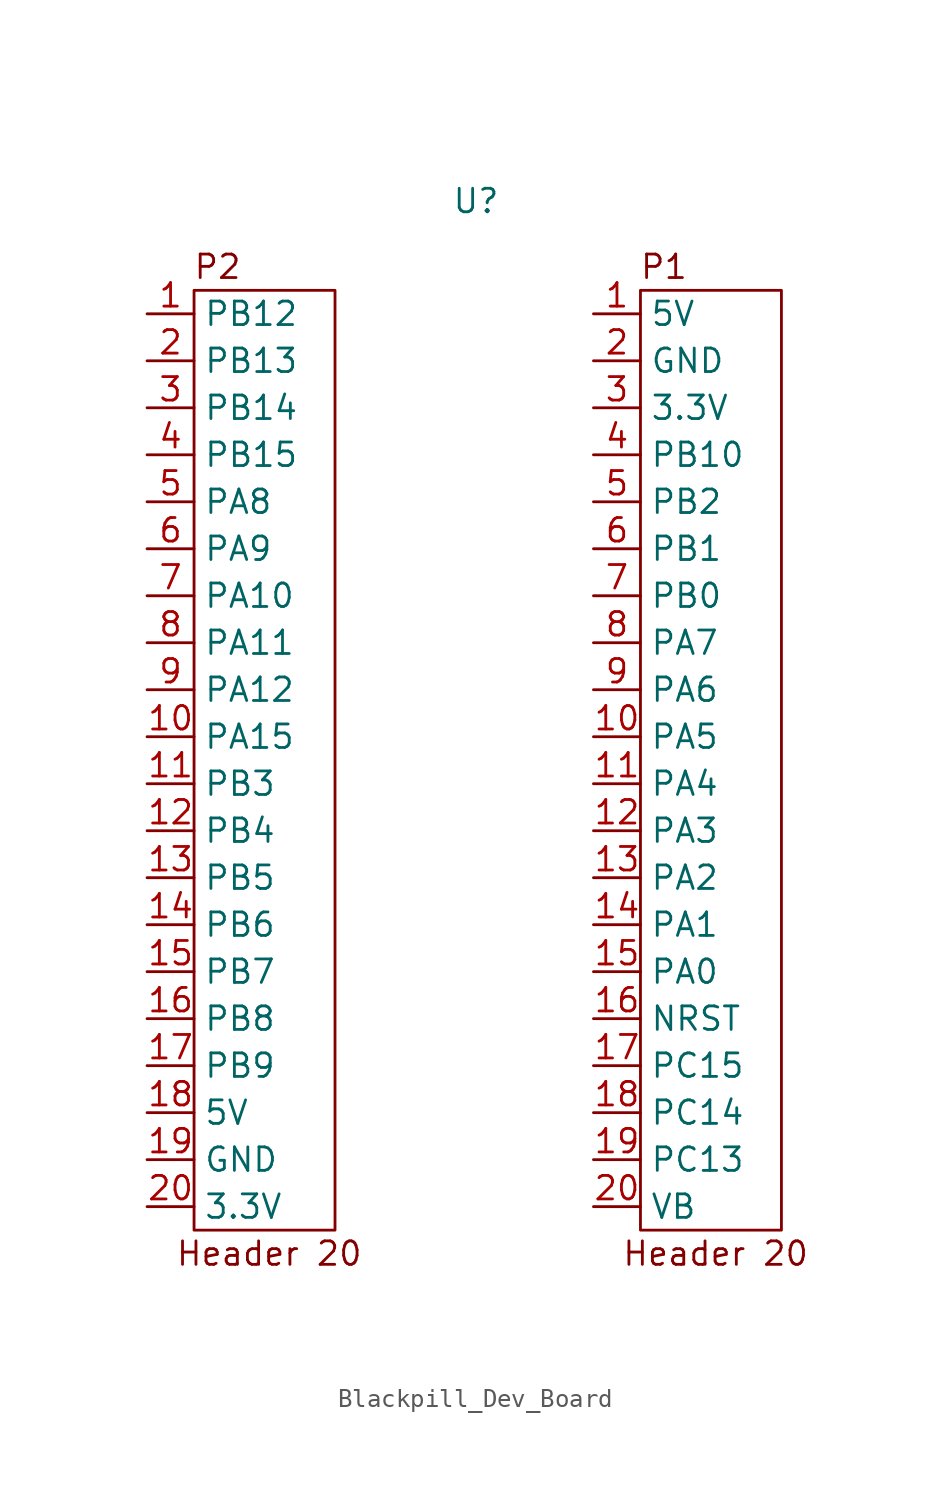
<source format=kicad_sym>
(kicad_symbol_lib
  (version 20241209)
  (generator "kicad_symbol_editor")
  (generator_version "9.0")
  (symbol "Blackpill_Dev_Board"
    (property "Reference" "U"
      (at 0 30.226 0)
      (effects (font (size 1.27 1.27))))
    (property "Value" ""
      (at 0 0 0)
      (effects (font (size 1.27 1.27))))
    (symbol "Blackpill_Dev_Board_0_1"
      (rectangle (start -15.24 25.4) (end -7.62 -25.4) (stroke (width 0) (type default)) (fill (type none)))
      (rectangle (start 8.89 25.4) (end 16.51 -25.4) (stroke (width 0) (type default)) (fill (type none))))
    (symbol "Blackpill_Dev_Board_1_1"
      (text "P2\n" (at -13.97 26.67 0) (effects (font (size 1.27 1.27))))
      (text "Header 20" (at -11.176 -26.67 0) (effects (font (size 1.27 1.27))))
      (text "P1" (at 10.16 26.67 0) (effects (font (size 1.27 1.27))))
      (text "Header 20" (at 12.954 -26.67 0) (effects (font (size 1.27 1.27))))
      (pin input line (at -17.78 24.13 0) (length 2.54) (name "PB12" (effects (font (size 1.27 1.27)))) (number "1" (effects (font (size 1.27 1.27)))))
      (pin input line (at -17.78 21.59 0) (length 2.54) (name "PB13" (effects (font (size 1.27 1.27)))) (number "2" (effects (font (size 1.27 1.27)))))
      (pin input line (at -17.78 19.05 0) (length 2.54) (name "PB14" (effects (font (size 1.27 1.27)))) (number "3" (effects (font (size 1.27 1.27)))))
      (pin input line (at -17.78 16.51 0) (length 2.54) (name "PB15" (effects (font (size 1.27 1.27)))) (number "4" (effects (font (size 1.27 1.27)))))
      (pin input line (at -17.78 13.97 0) (length 2.54) (name "PA8" (effects (font (size 1.27 1.27)))) (number "5" (effects (font (size 1.27 1.27)))))
      (pin input line (at -17.78 11.43 0) (length 2.54) (name "PA9" (effects (font (size 1.27 1.27)))) (number "6" (effects (font (size 1.27 1.27)))))
      (pin input line (at -17.78 8.89 0) (length 2.54) (name "PA10" (effects (font (size 1.27 1.27)))) (number "7" (effects (font (size 1.27 1.27)))))
      (pin input line (at -17.78 6.35 0) (length 2.54) (name "PA11" (effects (font (size 1.27 1.27)))) (number "8" (effects (font (size 1.27 1.27)))))
      (pin input line (at -17.78 3.81 0) (length 2.54) (name "PA12" (effects (font (size 1.27 1.27)))) (number "9" (effects (font (size 1.27 1.27)))))
      (pin input line (at -17.78 1.27 0) (length 2.54) (name "PA15" (effects (font (size 1.27 1.27)))) (number "10" (effects (font (size 1.27 1.27)))))
      (pin input line (at -17.78 -1.27 0) (length 2.54) (name "PB3" (effects (font (size 1.27 1.27)))) (number "11" (effects (font (size 1.27 1.27)))))
      (pin input line (at -17.78 -3.81 0) (length 2.54) (name "PB4" (effects (font (size 1.27 1.27)))) (number "12" (effects (font (size 1.27 1.27)))))
      (pin input line (at -17.78 -6.35 0) (length 2.54) (name "PB5" (effects (font (size 1.27 1.27)))) (number "13" (effects (font (size 1.27 1.27)))))
      (pin input line (at -17.78 -8.89 0) (length 2.54) (name "PB6" (effects (font (size 1.27 1.27)))) (number "14" (effects (font (size 1.27 1.27)))))
      (pin input line (at -17.78 -11.43 0) (length 2.54) (name "PB7" (effects (font (size 1.27 1.27)))) (number "15" (effects (font (size 1.27 1.27)))))
      (pin input line (at -17.78 -13.97 0) (length 2.54) (name "PB8" (effects (font (size 1.27 1.27)))) (number "16" (effects (font (size 1.27 1.27)))))
      (pin input line (at -17.78 -16.51 0) (length 2.54) (name "PB9" (effects (font (size 1.27 1.27)))) (number "17" (effects (font (size 1.27 1.27)))))
      (pin input line (at -17.78 -19.05 0) (length 2.54) (name "5V" (effects (font (size 1.27 1.27)))) (number "18" (effects (font (size 1.27 1.27)))))
      (pin input line (at -17.78 -21.59 0) (length 2.54) (name "GND" (effects (font (size 1.27 1.27)))) (number "19" (effects (font (size 1.27 1.27)))))
      (pin input line (at -17.78 -24.13 0) (length 2.54) (name "3.3V" (effects (font (size 1.27 1.27)))) (number "20" (effects (font (size 1.27 1.27)))))
      (pin input line (at 6.35 24.13 0) (length 2.54) (name "5V" (effects (font (size 1.27 1.27)))) (number "1" (effects (font (size 1.27 1.27)))))
      (pin input line (at 6.35 21.59 0) (length 2.54) (name "GND" (effects (font (size 1.27 1.27)))) (number "2" (effects (font (size 1.27 1.27)))))
      (pin input line (at 6.35 19.05 0) (length 2.54) (name "3.3V" (effects (font (size 1.27 1.27)))) (number "3" (effects (font (size 1.27 1.27)))))
      (pin input line (at 6.35 16.51 0) (length 2.54) (name "PB10" (effects (font (size 1.27 1.27)))) (number "4" (effects (font (size 1.27 1.27)))))
      (pin input line (at 6.35 13.97 0) (length 2.54) (name "PB2" (effects (font (size 1.27 1.27)))) (number "5" (effects (font (size 1.27 1.27)))))
      (pin input line (at 6.35 11.43 0) (length 2.54) (name "PB1" (effects (font (size 1.27 1.27)))) (number "6" (effects (font (size 1.27 1.27)))))
      (pin input line (at 6.35 8.89 0) (length 2.54) (name "PB0" (effects (font (size 1.27 1.27)))) (number "7" (effects (font (size 1.27 1.27)))))
      (pin input line (at 6.35 6.35 0) (length 2.54) (name "PA7" (effects (font (size 1.27 1.27)))) (number "8" (effects (font (size 1.27 1.27)))))
      (pin input line (at 6.35 3.81 0) (length 2.54) (name "PA6" (effects (font (size 1.27 1.27)))) (number "9" (effects (font (size 1.27 1.27)))))
      (pin input line (at 6.35 1.27 0) (length 2.54) (name "PA5" (effects (font (size 1.27 1.27)))) (number "10" (effects (font (size 1.27 1.27)))))
      (pin input line (at 6.35 -1.27 0) (length 2.54) (name "PA4" (effects (font (size 1.27 1.27)))) (number "11" (effects (font (size 1.27 1.27)))))
      (pin input line (at 6.35 -3.81 0) (length 2.54) (name "PA3" (effects (font (size 1.27 1.27)))) (number "12" (effects (font (size 1.27 1.27)))))
      (pin input line (at 6.35 -6.35 0) (length 2.54) (name "PA2" (effects (font (size 1.27 1.27)))) (number "13" (effects (font (size 1.27 1.27)))))
      (pin input line (at 6.35 -8.89 0) (length 2.54) (name "PA1" (effects (font (size 1.27 1.27)))) (number "14" (effects (font (size 1.27 1.27)))))
      (pin input line (at 6.35 -11.43 0) (length 2.54) (name "PA0" (effects (font (size 1.27 1.27)))) (number "15" (effects (font (size 1.27 1.27)))))
      (pin input line (at 6.35 -13.97 0) (length 2.54) (name "NRST" (effects (font (size 1.27 1.27)))) (number "16" (effects (font (size 1.27 1.27)))))
      (pin input line (at 6.35 -16.51 0) (length 2.54) (name "PC15" (effects (font (size 1.27 1.27)))) (number "17" (effects (font (size 1.27 1.27)))))
      (pin input line (at 6.35 -19.05 0) (length 2.54) (name "PC14" (effects (font (size 1.27 1.27)))) (number "18" (effects (font (size 1.27 1.27)))))
      (pin input line (at 6.35 -21.59 0) (length 2.54) (name "PC13" (effects (font (size 1.27 1.27)))) (number "19" (effects (font (size 1.27 1.27)))))
      (pin input line (at 6.35 -24.13 0) (length 2.54) (name "VB" (effects (font (size 1.27 1.27)))) (number "20" (effects (font (size 1.27 1.27))))))))
</source>
